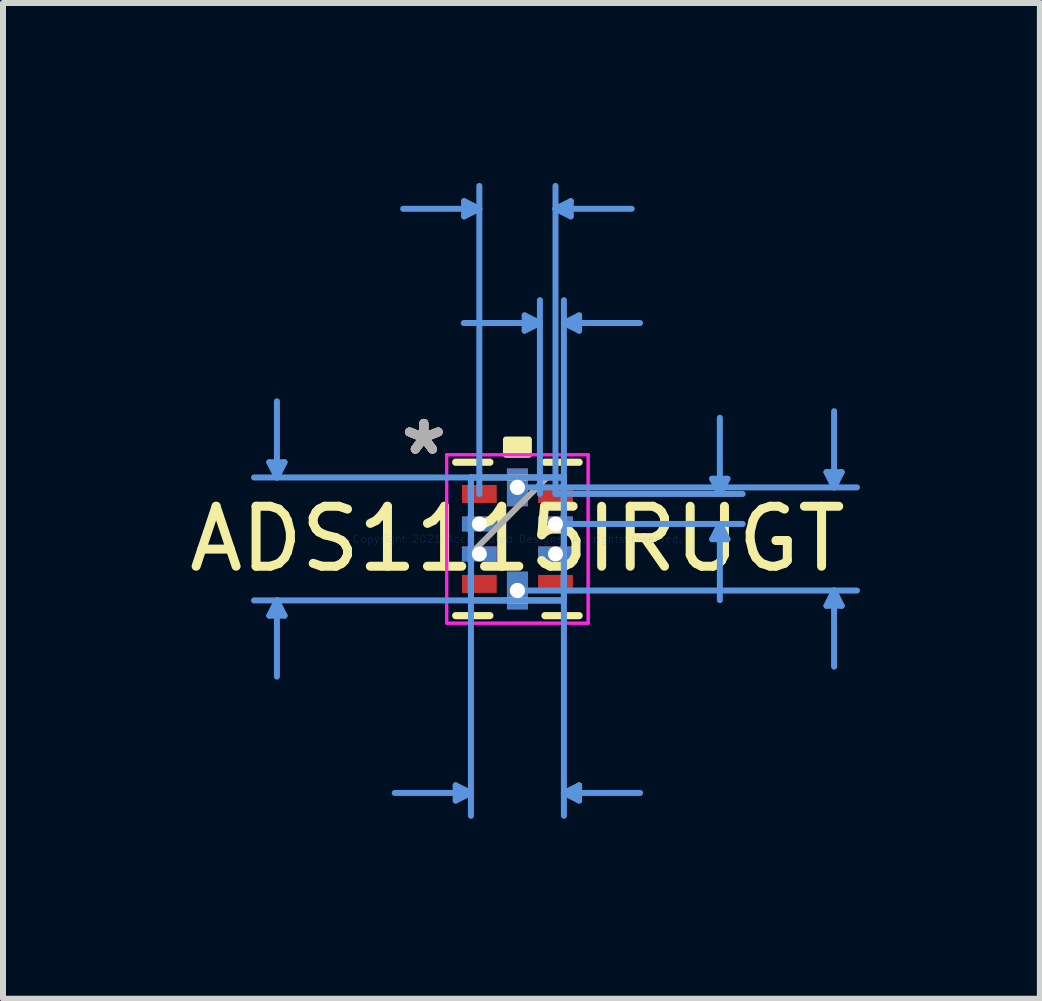
<source format=kicad_pcb>
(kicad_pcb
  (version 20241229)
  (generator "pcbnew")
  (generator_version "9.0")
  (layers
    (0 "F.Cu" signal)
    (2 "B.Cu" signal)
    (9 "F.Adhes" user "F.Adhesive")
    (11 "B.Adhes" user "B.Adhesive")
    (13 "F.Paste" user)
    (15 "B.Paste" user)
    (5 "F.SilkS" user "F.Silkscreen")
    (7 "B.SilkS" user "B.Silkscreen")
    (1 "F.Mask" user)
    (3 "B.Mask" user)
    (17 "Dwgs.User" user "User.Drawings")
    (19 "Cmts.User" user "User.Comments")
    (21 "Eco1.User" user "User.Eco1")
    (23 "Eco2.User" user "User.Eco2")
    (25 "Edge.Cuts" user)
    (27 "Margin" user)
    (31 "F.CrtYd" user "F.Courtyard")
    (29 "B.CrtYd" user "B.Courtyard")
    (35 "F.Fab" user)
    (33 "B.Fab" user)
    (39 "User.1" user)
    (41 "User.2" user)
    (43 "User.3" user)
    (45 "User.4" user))
  (footprint "ADS1115IRUGT"
    (layer "F.Cu")
    (at 5.577 5.936)
    (property "Reference" "ADS1115IRUGT" (at 0 0 0) (layer "F.SilkS") (effects (font (size 1 1) (thickness 0.15))))
    (attr through_hole)
    (fp_poly (pts (xy -0.975 -0.95) (xy -0.975 -0.55) (xy -0.295 -0.55) (xy -0.295 -0.95)) (stroke (width 0.1) (type solid)) (fill yes) (layer "F.Mask"))
    (fp_poly (pts (xy -0.975 -0.45) (xy -0.975 -0.05) (xy -0.295 -0.05) (xy -0.295 -0.45)) (stroke (width 0.1) (type solid)) (fill yes) (layer "F.Mask"))
    (fp_poly (pts (xy -0.975 0.05) (xy -0.975 0.45) (xy -0.295 0.45) (xy -0.295 0.05)) (stroke (width 0.1) (type solid)) (fill yes) (layer "F.Mask"))
    (fp_poly (pts (xy -0.975 0.55) (xy -0.975 0.95) (xy -0.295 0.95) (xy -0.295 0.55)) (stroke (width 0.1) (type solid)) (fill yes) (layer "F.Mask"))
    (fp_poly (pts (xy -0.2 -1.2) (xy -0.2 -0.52) (xy 0.2 -0.52) (xy 0.2 -1.2)) (stroke (width 0.1) (type solid)) (fill yes) (layer "F.Mask"))
    (fp_poly (pts (xy -0.2 0.52) (xy -0.2 1.2) (xy 0.2 1.2) (xy 0.2 0.52)) (stroke (width 0.1) (type solid)) (fill yes) (layer "F.Mask"))
    (fp_poly (pts (xy 0.295 -0.95) (xy 0.295 -0.55) (xy 0.975 -0.55) (xy 0.975 -0.95)) (stroke (width 0.1) (type solid)) (fill yes) (layer "F.Mask"))
    (fp_poly (pts (xy 0.295 -0.45) (xy 0.295 -0.05) (xy 0.975 -0.05) (xy 0.975 -0.45)) (stroke (width 0.1) (type solid)) (fill yes) (layer "F.Mask"))
    (fp_poly (pts (xy 0.295 0.05) (xy 0.295 0.45) (xy 0.975 0.45) (xy 0.975 0.05)) (stroke (width 0.1) (type solid)) (fill yes) (layer "F.Mask"))
    (fp_poly (pts (xy 0.295 0.55) (xy 0.295 0.95) (xy 0.975 0.95) (xy 0.975 0.55)) (stroke (width 0.1) (type solid)) (fill yes) (layer "F.Mask"))
    (fp_line (start -1.029 1.279) (end -0.459 1.279) (stroke (width 0.12) (type solid)) (layer "F.SilkS"))
    (fp_line (start -0.459 -1.279) (end -1.029 -1.279) (stroke (width 0.12) (type solid)) (layer "F.SilkS"))
    (fp_line (start 0.459 1.279) (end 1.029 1.279) (stroke (width 0.12) (type solid)) (layer "F.SilkS"))
    (fp_line (start 1.029 -1.279) (end 0.459 -1.279) (stroke (width 0.12) (type solid)) (layer "F.SilkS"))
    (fp_poly (pts (xy -0.191 -1.404) (xy -0.191 -1.658) (xy 0.191 -1.658) (xy 0.191 -1.404)) (stroke (width 0.1) (type solid)) (fill yes) (layer "F.SilkS"))
    (fp_poly (pts (xy -0.9 -0.875) (xy -0.9 -0.625) (xy -0.37 -0.625) (xy -0.37 -0.875)) (stroke (width 0.1) (type solid)) (fill yes) (layer "F.Paste"))
    (fp_poly (pts (xy -0.9 -0.375) (xy -0.9 -0.125) (xy -0.37 -0.125) (xy -0.37 -0.375)) (stroke (width 0.1) (type solid)) (fill yes) (layer "F.Paste"))
    (fp_poly (pts (xy -0.9 0.125) (xy -0.9 0.375) (xy -0.37 0.375) (xy -0.37 0.125)) (stroke (width 0.1) (type solid)) (fill yes) (layer "F.Paste"))
    (fp_poly (pts (xy -0.9 0.625) (xy -0.9 0.875) (xy -0.37 0.875) (xy -0.37 0.625)) (stroke (width 0.1) (type solid)) (fill yes) (layer "F.Paste"))
    (fp_poly (pts (xy -0.125 -1.125) (xy -0.125 -0.595) (xy 0.125 -0.595) (xy 0.125 -1.125)) (stroke (width 0.1) (type solid)) (fill yes) (layer "F.Paste"))
    (fp_poly (pts (xy -0.125 0.595) (xy -0.125 1.125) (xy 0.125 1.125) (xy 0.125 0.595)) (stroke (width 0.1) (type solid)) (fill yes) (layer "F.Paste"))
    (fp_poly (pts (xy 0.37 -0.875) (xy 0.37 -0.625) (xy 0.9 -0.625) (xy 0.9 -0.875)) (stroke (width 0.1) (type solid)) (fill yes) (layer "F.Paste"))
    (fp_poly (pts (xy 0.37 -0.375) (xy 0.37 -0.125) (xy 0.9 -0.125) (xy 0.9 -0.375)) (stroke (width 0.1) (type solid)) (fill yes) (layer "F.Paste"))
    (fp_poly (pts (xy 0.37 0.125) (xy 0.37 0.375) (xy 0.9 0.375) (xy 0.9 0.125)) (stroke (width 0.1) (type solid)) (fill yes) (layer "F.Paste"))
    (fp_poly (pts (xy 0.37 0.625) (xy 0.37 0.875) (xy 0.9 0.875) (xy 0.9 0.625)) (stroke (width 0.1) (type solid)) (fill yes) (layer "F.Paste"))
    (fp_line (start -4.137 -1.279) (end -3.883 -1.279) (stroke (width 0.1) (type solid)) (layer "Cmts.User"))
    (fp_line (start -4.137 1.279) (end -3.883 1.279) (stroke (width 0.1) (type solid)) (layer "Cmts.User"))
    (fp_line (start -4.01 -1.025) (end -4.137 -1.279) (stroke (width 0.1) (type solid)) (layer "Cmts.User"))
    (fp_line (start -4.01 -1.025) (end -4.01 -2.295) (stroke (width 0.1) (type solid)) (layer "Cmts.User"))
    (fp_line (start -4.01 -1.025) (end -3.883 -1.279) (stroke (width 0.1) (type solid)) (layer "Cmts.User"))
    (fp_line (start -4.01 1.025) (end -4.137 1.279) (stroke (width 0.1) (type solid)) (layer "Cmts.User"))
    (fp_line (start -4.01 1.025) (end -4.01 2.295) (stroke (width 0.1) (type solid)) (layer "Cmts.User"))
    (fp_line (start -4.01 1.025) (end -3.883 1.279) (stroke (width 0.1) (type solid)) (layer "Cmts.User"))
    (fp_line (start -1.029 4.108) (end -1.029 4.362) (stroke (width 0.1) (type solid)) (layer "Cmts.User"))
    (fp_line (start -0.889 -5.632) (end -0.889 -5.378) (stroke (width 0.1) (type solid)) (layer "Cmts.User"))
    (fp_line (start -0.775 -1.025) (end -0.775 4.616) (stroke (width 0.1) (type solid)) (layer "Cmts.User"))
    (fp_line (start -0.775 4.235) (end -2.045 4.235) (stroke (width 0.1) (type solid)) (layer "Cmts.User"))
    (fp_line (start -0.775 4.235) (end -1.029 4.108) (stroke (width 0.1) (type solid)) (layer "Cmts.User"))
    (fp_line (start -0.775 4.235) (end -1.029 4.362) (stroke (width 0.1) (type solid)) (layer "Cmts.User"))
    (fp_line (start -0.635 -5.505) (end -1.905 -5.505) (stroke (width 0.1) (type solid)) (layer "Cmts.User"))
    (fp_line (start -0.635 -5.505) (end -0.889 -5.632) (stroke (width 0.1) (type solid)) (layer "Cmts.User"))
    (fp_line (start -0.635 -5.505) (end -0.889 -5.378) (stroke (width 0.1) (type solid)) (layer "Cmts.User"))
    (fp_line (start -0.635 -0.75) (end -0.635 -5.886) (stroke (width 0.1) (type solid)) (layer "Cmts.User"))
    (fp_line (start 0 -0.86) (end 5.661 -0.86) (stroke (width 0.1) (type solid)) (layer "Cmts.User"))
    (fp_line (start 0 0.86) (end 5.661 0.86) (stroke (width 0.1) (type solid)) (layer "Cmts.User"))
    (fp_line (start 0.121 -3.727) (end 0.121 -3.473) (stroke (width 0.1) (type solid)) (layer "Cmts.User"))
    (fp_line (start 0.375 -3.6) (end -0.895 -3.6) (stroke (width 0.1) (type solid)) (layer "Cmts.User"))
    (fp_line (start 0.375 -3.6) (end 0.121 -3.727) (stroke (width 0.1) (type solid)) (layer "Cmts.User"))
    (fp_line (start 0.375 -3.6) (end 0.121 -3.473) (stroke (width 0.1) (type solid)) (layer "Cmts.User"))
    (fp_line (start 0.375 -0.75) (end 0.375 -3.981) (stroke (width 0.1) (type solid)) (layer "Cmts.User"))
    (fp_line (start 0.635 -5.505) (end 0.889 -5.632) (stroke (width 0.1) (type solid)) (layer "Cmts.User"))
    (fp_line (start 0.635 -5.505) (end 0.889 -5.378) (stroke (width 0.1) (type solid)) (layer "Cmts.User"))
    (fp_line (start 0.635 -5.505) (end 1.905 -5.505) (stroke (width 0.1) (type solid)) (layer "Cmts.User"))
    (fp_line (start 0.635 -0.75) (end 0.635 -5.886) (stroke (width 0.1) (type solid)) (layer "Cmts.User"))
    (fp_line (start 0.635 -0.75) (end 3.756 -0.75) (stroke (width 0.1) (type solid)) (layer "Cmts.User"))
    (fp_line (start 0.635 -0.25) (end 3.756 -0.25) (stroke (width 0.1) (type solid)) (layer "Cmts.User"))
    (fp_line (start 0.775 -3.6) (end 1.029 -3.727) (stroke (width 0.1) (type solid)) (layer "Cmts.User"))
    (fp_line (start 0.775 -3.6) (end 1.029 -3.473) (stroke (width 0.1) (type solid)) (layer "Cmts.User"))
    (fp_line (start 0.775 -3.6) (end 2.045 -3.6) (stroke (width 0.1) (type solid)) (layer "Cmts.User"))
    (fp_line (start 0.775 -1.025) (end -4.391 -1.025) (stroke (width 0.1) (type solid)) (layer "Cmts.User"))
    (fp_line (start 0.775 -1.025) (end 0.775 4.616) (stroke (width 0.1) (type solid)) (layer "Cmts.User"))
    (fp_line (start 0.775 -0.75) (end 0.775 -3.981) (stroke (width 0.1) (type solid)) (layer "Cmts.User"))
    (fp_line (start 0.775 1.025) (end -4.391 1.025) (stroke (width 0.1) (type solid)) (layer "Cmts.User"))
    (fp_line (start 0.775 4.235) (end 1.029 4.108) (stroke (width 0.1) (type solid)) (layer "Cmts.User"))
    (fp_line (start 0.775 4.235) (end 1.029 4.362) (stroke (width 0.1) (type solid)) (layer "Cmts.User"))
    (fp_line (start 0.775 4.235) (end 2.045 4.235) (stroke (width 0.1) (type solid)) (layer "Cmts.User"))
    (fp_line (start 0.889 -5.632) (end 0.889 -5.378) (stroke (width 0.1) (type solid)) (layer "Cmts.User"))
    (fp_line (start 1.029 -3.727) (end 1.029 -3.473) (stroke (width 0.1) (type solid)) (layer "Cmts.User"))
    (fp_line (start 1.029 4.108) (end 1.029 4.362) (stroke (width 0.1) (type solid)) (layer "Cmts.User"))
    (fp_line (start 3.248 -1.004) (end 3.502 -1.004) (stroke (width 0.1) (type solid)) (layer "Cmts.User"))
    (fp_line (start 3.248 0.004) (end 3.502 0.004) (stroke (width 0.1) (type solid)) (layer "Cmts.User"))
    (fp_line (start 3.375 -0.75) (end 3.248 -1.004) (stroke (width 0.1) (type solid)) (layer "Cmts.User"))
    (fp_line (start 3.375 -0.75) (end 3.375 -2.02) (stroke (width 0.1) (type solid)) (layer "Cmts.User"))
    (fp_line (start 3.375 -0.75) (end 3.502 -1.004) (stroke (width 0.1) (type solid)) (layer "Cmts.User"))
    (fp_line (start 3.375 -0.25) (end 3.248 0.004) (stroke (width 0.1) (type solid)) (layer "Cmts.User"))
    (fp_line (start 3.375 -0.25) (end 3.375 1.02) (stroke (width 0.1) (type solid)) (layer "Cmts.User"))
    (fp_line (start 3.375 -0.25) (end 3.502 0.004) (stroke (width 0.1) (type solid)) (layer "Cmts.User"))
    (fp_line (start 5.153 -1.114) (end 5.407 -1.114) (stroke (width 0.1) (type solid)) (layer "Cmts.User"))
    (fp_line (start 5.153 1.114) (end 5.407 1.114) (stroke (width 0.1) (type solid)) (layer "Cmts.User"))
    (fp_line (start 5.28 -0.86) (end 5.153 -1.114) (stroke (width 0.1) (type solid)) (layer "Cmts.User"))
    (fp_line (start 5.28 -0.86) (end 5.28 -2.13) (stroke (width 0.1) (type solid)) (layer "Cmts.User"))
    (fp_line (start 5.28 -0.86) (end 5.407 -1.114) (stroke (width 0.1) (type solid)) (layer "Cmts.User"))
    (fp_line (start 5.28 0.86) (end 5.153 1.114) (stroke (width 0.1) (type solid)) (layer "Cmts.User"))
    (fp_line (start 5.28 0.86) (end 5.28 2.13) (stroke (width 0.1) (type solid)) (layer "Cmts.User"))
    (fp_line (start 5.28 0.86) (end 5.407 1.114) (stroke (width 0.1) (type solid)) (layer "Cmts.User"))
    (fp_line (start -1.179 -1.404) (end 1.179 -1.404) (stroke (width 0.05) (type solid)) (layer "F.CrtYd"))
    (fp_line (start -1.179 -1.404) (end 1.179 -1.404) (stroke (width 0.05) (type solid)) (layer "F.CrtYd"))
    (fp_line (start -1.179 1.404) (end -1.179 -1.404) (stroke (width 0.05) (type solid)) (layer "F.CrtYd"))
    (fp_line (start -1.179 1.404) (end -1.179 -1.404) (stroke (width 0.05) (type solid)) (layer "F.CrtYd"))
    (fp_line (start 1.179 -1.404) (end 1.179 1.404) (stroke (width 0.05) (type solid)) (layer "F.CrtYd"))
    (fp_line (start 1.179 -1.404) (end 1.179 1.404) (stroke (width 0.05) (type solid)) (layer "F.CrtYd"))
    (fp_line (start 1.179 1.404) (end -1.179 1.404) (stroke (width 0.05) (type solid)) (layer "F.CrtYd"))
    (fp_line (start 1.179 1.404) (end -1.179 1.404) (stroke (width 0.05) (type solid)) (layer "F.CrtYd"))
    (fp_line (start -0.775 -1.025) (end -0.775 1.025) (stroke (width 0.1) (type solid)) (layer "F.Fab"))
    (fp_line (start -0.775 -0.9) (end -0.775 -0.9) (stroke (width 0.1) (type solid)) (layer "F.Fab"))
    (fp_line (start -0.775 -0.9) (end -0.775 -0.6) (stroke (width 0.1) (type solid)) (layer "F.Fab"))
    (fp_line (start -0.775 -0.6) (end -0.775 -0.9) (stroke (width 0.1) (type solid)) (layer "F.Fab"))
    (fp_line (start -0.775 -0.6) (end -0.775 -0.6) (stroke (width 0.1) (type solid)) (layer "F.Fab"))
    (fp_line (start -0.775 -0.4) (end -0.775 -0.4) (stroke (width 0.1) (type solid)) (layer "F.Fab"))
    (fp_line (start -0.775 -0.4) (end -0.775 -0.1) (stroke (width 0.1) (type solid)) (layer "F.Fab"))
    (fp_line (start -0.775 -0.1) (end -0.775 -0.4) (stroke (width 0.1) (type solid)) (layer "F.Fab"))
    (fp_line (start -0.775 -0.1) (end -0.775 -0.1) (stroke (width 0.1) (type solid)) (layer "F.Fab"))
    (fp_line (start -0.775 0.1) (end -0.775 0.1) (stroke (width 0.1) (type solid)) (layer "F.Fab"))
    (fp_line (start -0.775 0.1) (end -0.775 0.4) (stroke (width 0.1) (type solid)) (layer "F.Fab"))
    (fp_line (start -0.775 0.245) (end 0.495 -1.025) (stroke (width 0.1) (type solid)) (layer "F.Fab"))
    (fp_line (start -0.775 0.4) (end -0.775 0.1) (stroke (width 0.1) (type solid)) (layer "F.Fab"))
    (fp_line (start -0.775 0.4) (end -0.775 0.4) (stroke (width 0.1) (type solid)) (layer "F.Fab"))
    (fp_line (start -0.775 0.6) (end -0.775 0.6) (stroke (width 0.1) (type solid)) (layer "F.Fab"))
    (fp_line (start -0.775 0.6) (end -0.775 0.9) (stroke (width 0.1) (type solid)) (layer "F.Fab"))
    (fp_line (start -0.775 0.9) (end -0.775 0.6) (stroke (width 0.1) (type solid)) (layer "F.Fab"))
    (fp_line (start -0.775 0.9) (end -0.775 0.9) (stroke (width 0.1) (type solid)) (layer "F.Fab"))
    (fp_line (start -0.775 1.025) (end 0.775 1.025) (stroke (width 0.1) (type solid)) (layer "F.Fab"))
    (fp_line (start -0.15 -1.025) (end -0.15 -1.025) (stroke (width 0.1) (type solid)) (layer "F.Fab"))
    (fp_line (start -0.15 -1.025) (end 0.15 -1.025) (stroke (width 0.1) (type solid)) (layer "F.Fab"))
    (fp_line (start -0.15 1.025) (end -0.15 1.025) (stroke (width 0.1) (type solid)) (layer "F.Fab"))
    (fp_line (start -0.15 1.025) (end 0.15 1.025) (stroke (width 0.1) (type solid)) (layer "F.Fab"))
    (fp_line (start 0.15 -1.025) (end -0.15 -1.025) (stroke (width 0.1) (type solid)) (layer "F.Fab"))
    (fp_line (start 0.15 -1.025) (end 0.15 -1.025) (stroke (width 0.1) (type solid)) (layer "F.Fab"))
    (fp_line (start 0.15 1.025) (end -0.15 1.025) (stroke (width 0.1) (type solid)) (layer "F.Fab"))
    (fp_line (start 0.15 1.025) (end 0.15 1.025) (stroke (width 0.1) (type solid)) (layer "F.Fab"))
    (fp_line (start 0.775 -1.025) (end -0.775 -1.025) (stroke (width 0.1) (type solid)) (layer "F.Fab"))
    (fp_line (start 0.775 -0.9) (end 0.775 -0.9) (stroke (width 0.1) (type solid)) (layer "F.Fab"))
    (fp_line (start 0.775 -0.9) (end 0.775 -0.6) (stroke (width 0.1) (type solid)) (layer "F.Fab"))
    (fp_line (start 0.775 -0.6) (end 0.775 -0.9) (stroke (width 0.1) (type solid)) (layer "F.Fab"))
    (fp_line (start 0.775 -0.6) (end 0.775 -0.6) (stroke (width 0.1) (type solid)) (layer "F.Fab"))
    (fp_line (start 0.775 -0.4) (end 0.775 -0.4) (stroke (width 0.1) (type solid)) (layer "F.Fab"))
    (fp_line (start 0.775 -0.4) (end 0.775 -0.1) (stroke (width 0.1) (type solid)) (layer "F.Fab"))
    (fp_line (start 0.775 -0.1) (end 0.775 -0.4) (stroke (width 0.1) (type solid)) (layer "F.Fab"))
    (fp_line (start 0.775 -0.1) (end 0.775 -0.1) (stroke (width 0.1) (type solid)) (layer "F.Fab"))
    (fp_line (start 0.775 0.1) (end 0.775 0.1) (stroke (width 0.1) (type solid)) (layer "F.Fab"))
    (fp_line (start 0.775 0.1) (end 0.775 0.4) (stroke (width 0.1) (type solid)) (layer "F.Fab"))
    (fp_line (start 0.775 0.4) (end 0.775 0.1) (stroke (width 0.1) (type solid)) (layer "F.Fab"))
    (fp_line (start 0.775 0.4) (end 0.775 0.4) (stroke (width 0.1) (type solid)) (layer "F.Fab"))
    (fp_line (start 0.775 0.6) (end 0.775 0.6) (stroke (width 0.1) (type solid)) (layer "F.Fab"))
    (fp_line (start 0.775 0.6) (end 0.775 0.9) (stroke (width 0.1) (type solid)) (layer "F.Fab"))
    (fp_line (start 0.775 0.9) (end 0.775 0.6) (stroke (width 0.1) (type solid)) (layer "F.Fab"))
    (fp_line (start 0.775 0.9) (end 0.775 0.9) (stroke (width 0.1) (type solid)) (layer "F.Fab"))
    (fp_line (start 0.775 1.025) (end 0.775 -1.025) (stroke (width 0.1) (type solid)) (layer "F.Fab"))
    (fp_text user "*" (at -1.56 -1.381 0) (layer "F.SilkS") (effects (font (size 1 1) (thickness 0.15))))
    (fp_text user "*" (at -1.56 -1.381 0) (layer "F.SilkS") (effects (font (size 1 1) (thickness 0.15))))
    (fp_text user "Copyright 2021 Accelerated Designs. All rights reserved." (at 0 0 0) (layer "Cmts.User") (effects (font (size 0.127 0.127) (thickness 0.002))))
    (fp_text user "*" (at -1.56 -1.381 0) (layer "F.Fab") (effects (font (size 1 1) (thickness 0.15))))
    (fp_text user "*" (at -1.56 -1.381 0) (layer "F.Fab") (effects (font (size 1 1) (thickness 0.15))))
    (pad "" np_thru_hole rect (at -0.635 -0.25 90) (size 0.25 0.58) (drill 0.254) (layers "*.Cu" "*.Mask"))
    (pad "" np_thru_hole rect (at -0.635 0.25 90) (size 0.25 0.58) (drill 0.254) (layers "*.Cu" "*.Mask"))
    (pad "" np_thru_hole rect (at 0.635 -0.25 90) (size 0.25 0.58) (drill 0.254) (layers "*.Cu" "*.Mask"))
    (pad "" np_thru_hole rect (at 0.635 0.25 90) (size 0.25 0.58) (drill 0.254) (layers "*.Cu" "*.Mask"))
    (pad "1" smd rect (at -0.635 -0.75 90) (size 0.3 0.58) (layers "F.Cu" "F.Mask"))
    (pad "4" smd rect (at -0.635 0.75 90) (size 0.3 0.58) (layers "F.Cu" "F.Mask"))
    (pad "5" thru_hole rect (at 0 0.86) (size 0.35 0.63) (drill 0.254) (layers "*.Cu" "*.Mask"))
    (pad "6" smd rect (at 0.635 0.75 90) (size 0.3 0.58) (layers "F.Cu" "F.Mask"))
    (pad "9" smd rect (at 0.635 -0.75 90) (size 0.3 0.58) (layers "F.Cu" "F.Mask"))
    (pad "10" thru_hole rect (at 0 -0.86) (size 0.35 0.63) (drill 0.254) (layers "*.Cu" "*.Mask")))
  (gr_rect
    (start -3 -3)
    (end 14.288 13.602)
    (stroke (width 0.1) (type default))
    (fill no)
    (layer "Edge.Cuts")))
</source>
